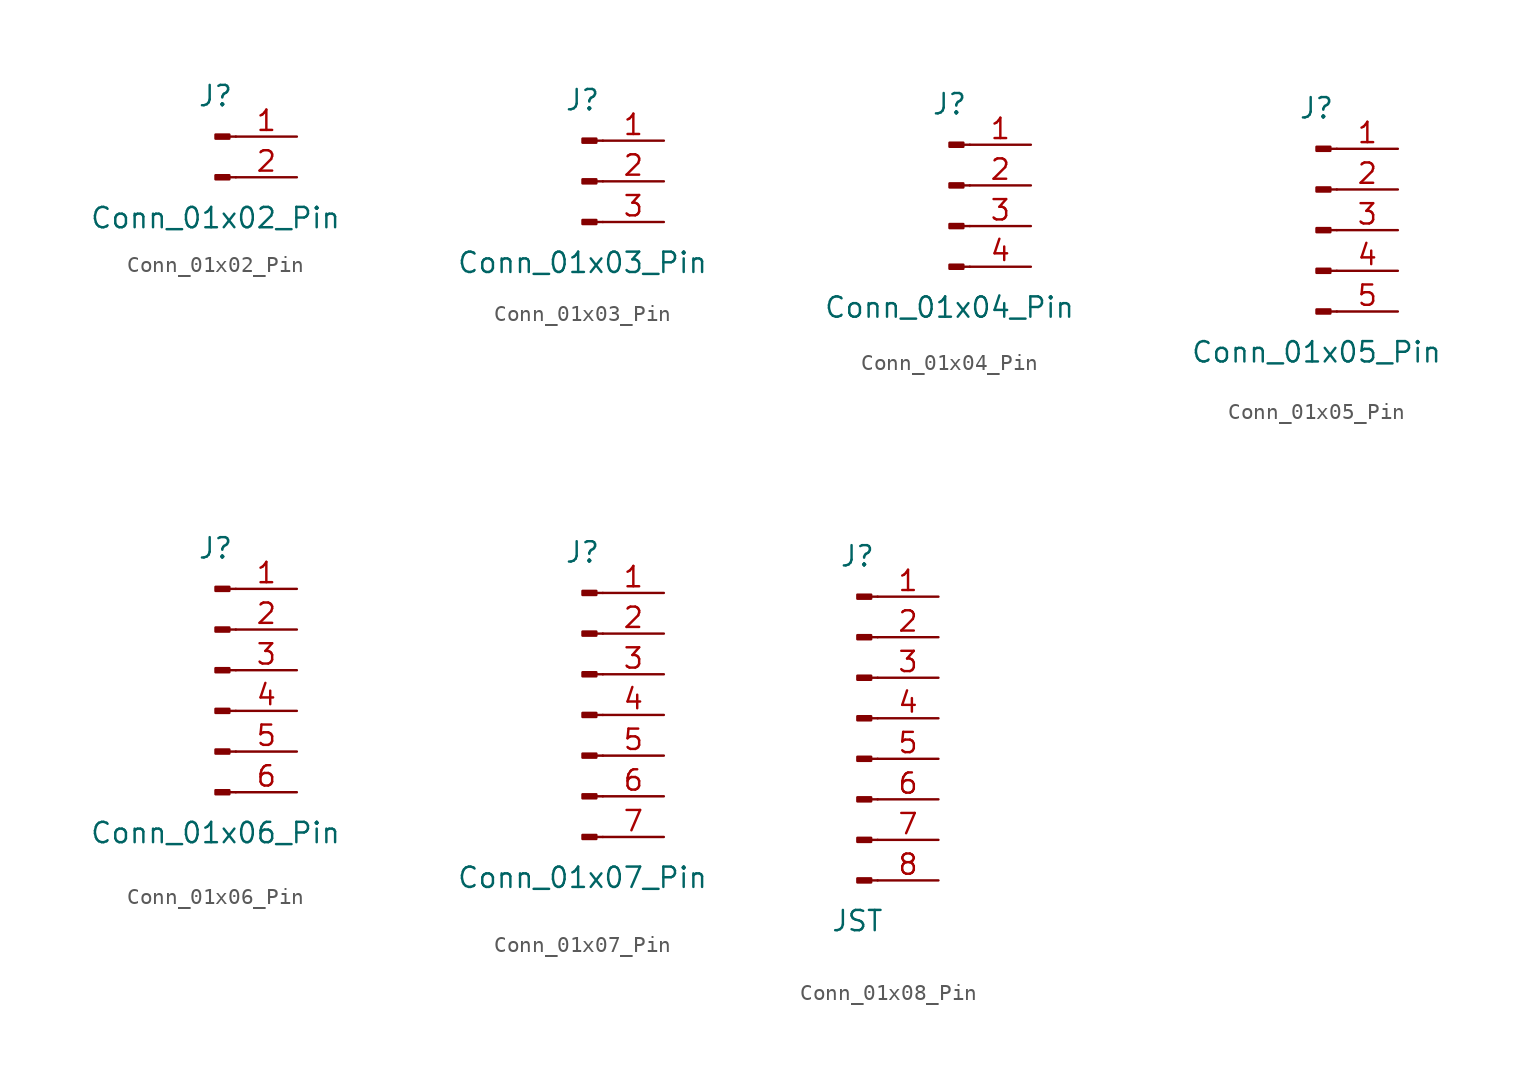
<source format=kicad_sym>
(kicad_symbol_lib
  (version 20241209)
  (generator "kicad_symbol_editor")
  (generator_version "9.0")
  (symbol "Conn_01x02_Pin"
    (pin_names
      (offset 1.016)
      (hide yes))
    (property "Reference" "J"
      (at 0 2.54 0)
      (effects (font (size 1.27 1.27))))
    (property "Value" "Conn_01x02_Pin"
      (at 0 -5.08 0)
      (effects (font (size 1.27 1.27))))
    (symbol "Conn_01x02_Pin_1_1"
      (rectangle (start 0.864 0.127) (end 0 -0.127) (stroke (width 0.152) (type default)) (fill (type outline)))
      (rectangle (start 0.864 -2.413) (end 0 -2.667) (stroke (width 0.152) (type default)) (fill (type outline)))
      (polyline (pts (xy 1.27 0) (xy 0.864 0)) (stroke (width 0.152) (type default)) (fill (type none)))
      (polyline (pts (xy 1.27 -2.54) (xy 0.864 -2.54)) (stroke (width 0.152) (type default)) (fill (type none)))
      (pin passive line (at 5.08 0 180) (length 3.81) (name "Pin_1" (effects (font (size 1.27 1.27)))) (number "1" (effects (font (size 1.27 1.27)))))
      (pin passive line (at 5.08 -2.54 180) (length 3.81) (name "Pin_2" (effects (font (size 1.27 1.27)))) (number "2" (effects (font (size 1.27 1.27)))))))
  (symbol "Conn_01x03_Pin"
    (pin_names
      (offset 1.016)
      (hide yes))
    (property "Reference" "J"
      (at 0 5.08 0)
      (effects (font (size 1.27 1.27))))
    (property "Value" "Conn_01x03_Pin"
      (at 0 -5.08 0)
      (effects (font (size 1.27 1.27))))
    (symbol "Conn_01x03_Pin_1_1"
      (rectangle (start 0.864 2.667) (end 0 2.413) (stroke (width 0.152) (type default)) (fill (type outline)))
      (rectangle (start 0.864 0.127) (end 0 -0.127) (stroke (width 0.152) (type default)) (fill (type outline)))
      (rectangle (start 0.864 -2.413) (end 0 -2.667) (stroke (width 0.152) (type default)) (fill (type outline)))
      (polyline (pts (xy 1.27 2.54) (xy 0.864 2.54)) (stroke (width 0.152) (type default)) (fill (type none)))
      (polyline (pts (xy 1.27 0) (xy 0.864 0)) (stroke (width 0.152) (type default)) (fill (type none)))
      (polyline (pts (xy 1.27 -2.54) (xy 0.864 -2.54)) (stroke (width 0.152) (type default)) (fill (type none)))
      (pin passive line (at 5.08 2.54 180) (length 3.81) (name "Pin_1" (effects (font (size 1.27 1.27)))) (number "1" (effects (font (size 1.27 1.27)))))
      (pin passive line (at 5.08 0 180) (length 3.81) (name "Pin_2" (effects (font (size 1.27 1.27)))) (number "2" (effects (font (size 1.27 1.27)))))
      (pin passive line (at 5.08 -2.54 180) (length 3.81) (name "Pin_3" (effects (font (size 1.27 1.27)))) (number "3" (effects (font (size 1.27 1.27)))))))
  (symbol "Conn_01x04_Pin"
    (pin_names
      (offset 1.016)
      (hide yes))
    (property "Reference" "J"
      (at 0 5.08 0)
      (effects (font (size 1.27 1.27))))
    (property "Value" "Conn_01x04_Pin"
      (at 0 -7.62 0)
      (effects (font (size 1.27 1.27))))
    (symbol "Conn_01x04_Pin_1_1"
      (rectangle (start 0.864 2.667) (end 0 2.413) (stroke (width 0.152) (type default)) (fill (type outline)))
      (rectangle (start 0.864 0.127) (end 0 -0.127) (stroke (width 0.152) (type default)) (fill (type outline)))
      (rectangle (start 0.864 -2.413) (end 0 -2.667) (stroke (width 0.152) (type default)) (fill (type outline)))
      (rectangle (start 0.864 -4.953) (end 0 -5.207) (stroke (width 0.152) (type default)) (fill (type outline)))
      (polyline (pts (xy 1.27 2.54) (xy 0.864 2.54)) (stroke (width 0.152) (type default)) (fill (type none)))
      (polyline (pts (xy 1.27 0) (xy 0.864 0)) (stroke (width 0.152) (type default)) (fill (type none)))
      (polyline (pts (xy 1.27 -2.54) (xy 0.864 -2.54)) (stroke (width 0.152) (type default)) (fill (type none)))
      (polyline (pts (xy 1.27 -5.08) (xy 0.864 -5.08)) (stroke (width 0.152) (type default)) (fill (type none)))
      (pin passive line (at 5.08 2.54 180) (length 3.81) (name "Pin_1" (effects (font (size 1.27 1.27)))) (number "1" (effects (font (size 1.27 1.27)))))
      (pin passive line (at 5.08 0 180) (length 3.81) (name "Pin_2" (effects (font (size 1.27 1.27)))) (number "2" (effects (font (size 1.27 1.27)))))
      (pin passive line (at 5.08 -2.54 180) (length 3.81) (name "Pin_3" (effects (font (size 1.27 1.27)))) (number "3" (effects (font (size 1.27 1.27)))))
      (pin passive line (at 5.08 -5.08 180) (length 3.81) (name "Pin_4" (effects (font (size 1.27 1.27)))) (number "4" (effects (font (size 1.27 1.27)))))))
  (symbol "Conn_01x05_Pin"
    (pin_names
      (offset 1.016)
      (hide yes))
    (property "Reference" "J"
      (at 0 7.62 0)
      (effects (font (size 1.27 1.27))))
    (property "Value" "Conn_01x05_Pin"
      (at 0 -7.62 0)
      (effects (font (size 1.27 1.27))))
    (symbol "Conn_01x05_Pin_1_1"
      (rectangle (start 0.864 5.207) (end 0 4.953) (stroke (width 0.152) (type default)) (fill (type outline)))
      (rectangle (start 0.864 2.667) (end 0 2.413) (stroke (width 0.152) (type default)) (fill (type outline)))
      (rectangle (start 0.864 0.127) (end 0 -0.127) (stroke (width 0.152) (type default)) (fill (type outline)))
      (rectangle (start 0.864 -2.413) (end 0 -2.667) (stroke (width 0.152) (type default)) (fill (type outline)))
      (rectangle (start 0.864 -4.953) (end 0 -5.207) (stroke (width 0.152) (type default)) (fill (type outline)))
      (polyline (pts (xy 1.27 5.08) (xy 0.864 5.08)) (stroke (width 0.152) (type default)) (fill (type none)))
      (polyline (pts (xy 1.27 2.54) (xy 0.864 2.54)) (stroke (width 0.152) (type default)) (fill (type none)))
      (polyline (pts (xy 1.27 0) (xy 0.864 0)) (stroke (width 0.152) (type default)) (fill (type none)))
      (polyline (pts (xy 1.27 -2.54) (xy 0.864 -2.54)) (stroke (width 0.152) (type default)) (fill (type none)))
      (polyline (pts (xy 1.27 -5.08) (xy 0.864 -5.08)) (stroke (width 0.152) (type default)) (fill (type none)))
      (pin passive line (at 5.08 5.08 180) (length 3.81) (name "Pin_1" (effects (font (size 1.27 1.27)))) (number "1" (effects (font (size 1.27 1.27)))))
      (pin passive line (at 5.08 2.54 180) (length 3.81) (name "Pin_2" (effects (font (size 1.27 1.27)))) (number "2" (effects (font (size 1.27 1.27)))))
      (pin passive line (at 5.08 0 180) (length 3.81) (name "Pin_3" (effects (font (size 1.27 1.27)))) (number "3" (effects (font (size 1.27 1.27)))))
      (pin passive line (at 5.08 -2.54 180) (length 3.81) (name "Pin_4" (effects (font (size 1.27 1.27)))) (number "4" (effects (font (size 1.27 1.27)))))
      (pin passive line (at 5.08 -5.08 180) (length 3.81) (name "Pin_5" (effects (font (size 1.27 1.27)))) (number "5" (effects (font (size 1.27 1.27)))))))
  (symbol "Conn_01x06_Pin"
    (pin_names
      (offset 1.016)
      (hide yes))
    (property "Reference" "J"
      (at 0 7.62 0)
      (effects (font (size 1.27 1.27))))
    (property "Value" "Conn_01x06_Pin"
      (at 0 -10.16 0)
      (effects (font (size 1.27 1.27))))
    (symbol "Conn_01x06_Pin_1_1"
      (rectangle (start 0.864 5.207) (end 0 4.953) (stroke (width 0.152) (type default)) (fill (type outline)))
      (rectangle (start 0.864 2.667) (end 0 2.413) (stroke (width 0.152) (type default)) (fill (type outline)))
      (rectangle (start 0.864 0.127) (end 0 -0.127) (stroke (width 0.152) (type default)) (fill (type outline)))
      (rectangle (start 0.864 -2.413) (end 0 -2.667) (stroke (width 0.152) (type default)) (fill (type outline)))
      (rectangle (start 0.864 -4.953) (end 0 -5.207) (stroke (width 0.152) (type default)) (fill (type outline)))
      (rectangle (start 0.864 -7.493) (end 0 -7.747) (stroke (width 0.152) (type default)) (fill (type outline)))
      (polyline (pts (xy 1.27 5.08) (xy 0.864 5.08)) (stroke (width 0.152) (type default)) (fill (type none)))
      (polyline (pts (xy 1.27 2.54) (xy 0.864 2.54)) (stroke (width 0.152) (type default)) (fill (type none)))
      (polyline (pts (xy 1.27 0) (xy 0.864 0)) (stroke (width 0.152) (type default)) (fill (type none)))
      (polyline (pts (xy 1.27 -2.54) (xy 0.864 -2.54)) (stroke (width 0.152) (type default)) (fill (type none)))
      (polyline (pts (xy 1.27 -5.08) (xy 0.864 -5.08)) (stroke (width 0.152) (type default)) (fill (type none)))
      (polyline (pts (xy 1.27 -7.62) (xy 0.864 -7.62)) (stroke (width 0.152) (type default)) (fill (type none)))
      (pin passive line (at 5.08 5.08 180) (length 3.81) (name "Pin_1" (effects (font (size 1.27 1.27)))) (number "1" (effects (font (size 1.27 1.27)))))
      (pin passive line (at 5.08 2.54 180) (length 3.81) (name "Pin_2" (effects (font (size 1.27 1.27)))) (number "2" (effects (font (size 1.27 1.27)))))
      (pin passive line (at 5.08 0 180) (length 3.81) (name "Pin_3" (effects (font (size 1.27 1.27)))) (number "3" (effects (font (size 1.27 1.27)))))
      (pin passive line (at 5.08 -2.54 180) (length 3.81) (name "Pin_4" (effects (font (size 1.27 1.27)))) (number "4" (effects (font (size 1.27 1.27)))))
      (pin passive line (at 5.08 -5.08 180) (length 3.81) (name "Pin_5" (effects (font (size 1.27 1.27)))) (number "5" (effects (font (size 1.27 1.27)))))
      (pin passive line (at 5.08 -7.62 180) (length 3.81) (name "Pin_6" (effects (font (size 1.27 1.27)))) (number "6" (effects (font (size 1.27 1.27)))))))
  (symbol "Conn_01x07_Pin"
    (pin_names
      (offset 1.016)
      (hide yes))
    (property "Reference" "J"
      (at 0 10.16 0)
      (effects (font (size 1.27 1.27))))
    (property "Value" "Conn_01x07_Pin"
      (at 0 -10.16 0)
      (effects (font (size 1.27 1.27))))
    (symbol "Conn_01x07_Pin_1_1"
      (rectangle (start 0.864 7.747) (end 0 7.493) (stroke (width 0.152) (type default)) (fill (type outline)))
      (rectangle (start 0.864 5.207) (end 0 4.953) (stroke (width 0.152) (type default)) (fill (type outline)))
      (rectangle (start 0.864 2.667) (end 0 2.413) (stroke (width 0.152) (type default)) (fill (type outline)))
      (rectangle (start 0.864 0.127) (end 0 -0.127) (stroke (width 0.152) (type default)) (fill (type outline)))
      (rectangle (start 0.864 -2.413) (end 0 -2.667) (stroke (width 0.152) (type default)) (fill (type outline)))
      (rectangle (start 0.864 -4.953) (end 0 -5.207) (stroke (width 0.152) (type default)) (fill (type outline)))
      (rectangle (start 0.864 -7.493) (end 0 -7.747) (stroke (width 0.152) (type default)) (fill (type outline)))
      (polyline (pts (xy 1.27 7.62) (xy 0.864 7.62)) (stroke (width 0.152) (type default)) (fill (type none)))
      (polyline (pts (xy 1.27 5.08) (xy 0.864 5.08)) (stroke (width 0.152) (type default)) (fill (type none)))
      (polyline (pts (xy 1.27 2.54) (xy 0.864 2.54)) (stroke (width 0.152) (type default)) (fill (type none)))
      (polyline (pts (xy 1.27 0) (xy 0.864 0)) (stroke (width 0.152) (type default)) (fill (type none)))
      (polyline (pts (xy 1.27 -2.54) (xy 0.864 -2.54)) (stroke (width 0.152) (type default)) (fill (type none)))
      (polyline (pts (xy 1.27 -5.08) (xy 0.864 -5.08)) (stroke (width 0.152) (type default)) (fill (type none)))
      (polyline (pts (xy 1.27 -7.62) (xy 0.864 -7.62)) (stroke (width 0.152) (type default)) (fill (type none)))
      (pin passive line (at 5.08 7.62 180) (length 3.81) (name "Pin_1" (effects (font (size 1.27 1.27)))) (number "1" (effects (font (size 1.27 1.27)))))
      (pin passive line (at 5.08 5.08 180) (length 3.81) (name "Pin_2" (effects (font (size 1.27 1.27)))) (number "2" (effects (font (size 1.27 1.27)))))
      (pin passive line (at 5.08 2.54 180) (length 3.81) (name "Pin_3" (effects (font (size 1.27 1.27)))) (number "3" (effects (font (size 1.27 1.27)))))
      (pin passive line (at 5.08 0 180) (length 3.81) (name "Pin_4" (effects (font (size 1.27 1.27)))) (number "4" (effects (font (size 1.27 1.27)))))
      (pin passive line (at 5.08 -2.54 180) (length 3.81) (name "Pin_5" (effects (font (size 1.27 1.27)))) (number "5" (effects (font (size 1.27 1.27)))))
      (pin passive line (at 5.08 -5.08 180) (length 3.81) (name "Pin_6" (effects (font (size 1.27 1.27)))) (number "6" (effects (font (size 1.27 1.27)))))
      (pin passive line (at 5.08 -7.62 180) (length 3.81) (name "Pin_7" (effects (font (size 1.27 1.27)))) (number "7" (effects (font (size 1.27 1.27)))))))
  (symbol "Conn_01x08_Pin"
    (pin_names
      (offset 1.016)
      (hide yes))
    (property "Reference" "J"
      (at 0 10.16 0)
      (effects (font (size 1.27 1.27))))
    (property "Value" "JST"
      (at 0 -12.7 0)
      (effects (font (size 1.27 1.27))))
    (symbol "Conn_01x08_Pin_1_1"
      (rectangle (start 0.864 7.747) (end 0 7.493) (stroke (width 0.152) (type default)) (fill (type outline)))
      (rectangle (start 0.864 5.207) (end 0 4.953) (stroke (width 0.152) (type default)) (fill (type outline)))
      (rectangle (start 0.864 2.667) (end 0 2.413) (stroke (width 0.152) (type default)) (fill (type outline)))
      (rectangle (start 0.864 0.127) (end 0 -0.127) (stroke (width 0.152) (type default)) (fill (type outline)))
      (rectangle (start 0.864 -2.413) (end 0 -2.667) (stroke (width 0.152) (type default)) (fill (type outline)))
      (rectangle (start 0.864 -4.953) (end 0 -5.207) (stroke (width 0.152) (type default)) (fill (type outline)))
      (rectangle (start 0.864 -7.493) (end 0 -7.747) (stroke (width 0.152) (type default)) (fill (type outline)))
      (rectangle (start 0.864 -10.033) (end 0 -10.287) (stroke (width 0.152) (type default)) (fill (type outline)))
      (polyline (pts (xy 1.27 7.62) (xy 0.864 7.62)) (stroke (width 0.152) (type default)) (fill (type none)))
      (polyline (pts (xy 1.27 5.08) (xy 0.864 5.08)) (stroke (width 0.152) (type default)) (fill (type none)))
      (polyline (pts (xy 1.27 2.54) (xy 0.864 2.54)) (stroke (width 0.152) (type default)) (fill (type none)))
      (polyline (pts (xy 1.27 0) (xy 0.864 0)) (stroke (width 0.152) (type default)) (fill (type none)))
      (polyline (pts (xy 1.27 -2.54) (xy 0.864 -2.54)) (stroke (width 0.152) (type default)) (fill (type none)))
      (polyline (pts (xy 1.27 -5.08) (xy 0.864 -5.08)) (stroke (width 0.152) (type default)) (fill (type none)))
      (polyline (pts (xy 1.27 -7.62) (xy 0.864 -7.62)) (stroke (width 0.152) (type default)) (fill (type none)))
      (polyline (pts (xy 1.27 -10.16) (xy 0.864 -10.16)) (stroke (width 0.152) (type default)) (fill (type none)))
      (pin passive line (at 5.08 7.62 180) (length 3.81) (name "Pin_1" (effects (font (size 1.27 1.27)))) (number "1" (effects (font (size 1.27 1.27)))))
      (pin passive line (at 5.08 5.08 180) (length 3.81) (name "Pin_2" (effects (font (size 1.27 1.27)))) (number "2" (effects (font (size 1.27 1.27)))))
      (pin passive line (at 5.08 2.54 180) (length 3.81) (name "Pin_3" (effects (font (size 1.27 1.27)))) (number "3" (effects (font (size 1.27 1.27)))))
      (pin passive line (at 5.08 0 180) (length 3.81) (name "Pin_4" (effects (font (size 1.27 1.27)))) (number "4" (effects (font (size 1.27 1.27)))))
      (pin passive line (at 5.08 -2.54 180) (length 3.81) (name "Pin_5" (effects (font (size 1.27 1.27)))) (number "5" (effects (font (size 1.27 1.27)))))
      (pin passive line (at 5.08 -5.08 180) (length 3.81) (name "Pin_6" (effects (font (size 1.27 1.27)))) (number "6" (effects (font (size 1.27 1.27)))))
      (pin passive line (at 5.08 -7.62 180) (length 3.81) (name "Pin_7" (effects (font (size 1.27 1.27)))) (number "7" (effects (font (size 1.27 1.27)))))
      (pin passive line (at 5.08 -10.16 180) (length 3.81) (name "Pin_8" (effects (font (size 1.27 1.27)))) (number "8" (effects (font (size 1.27 1.27))))))))
</source>
